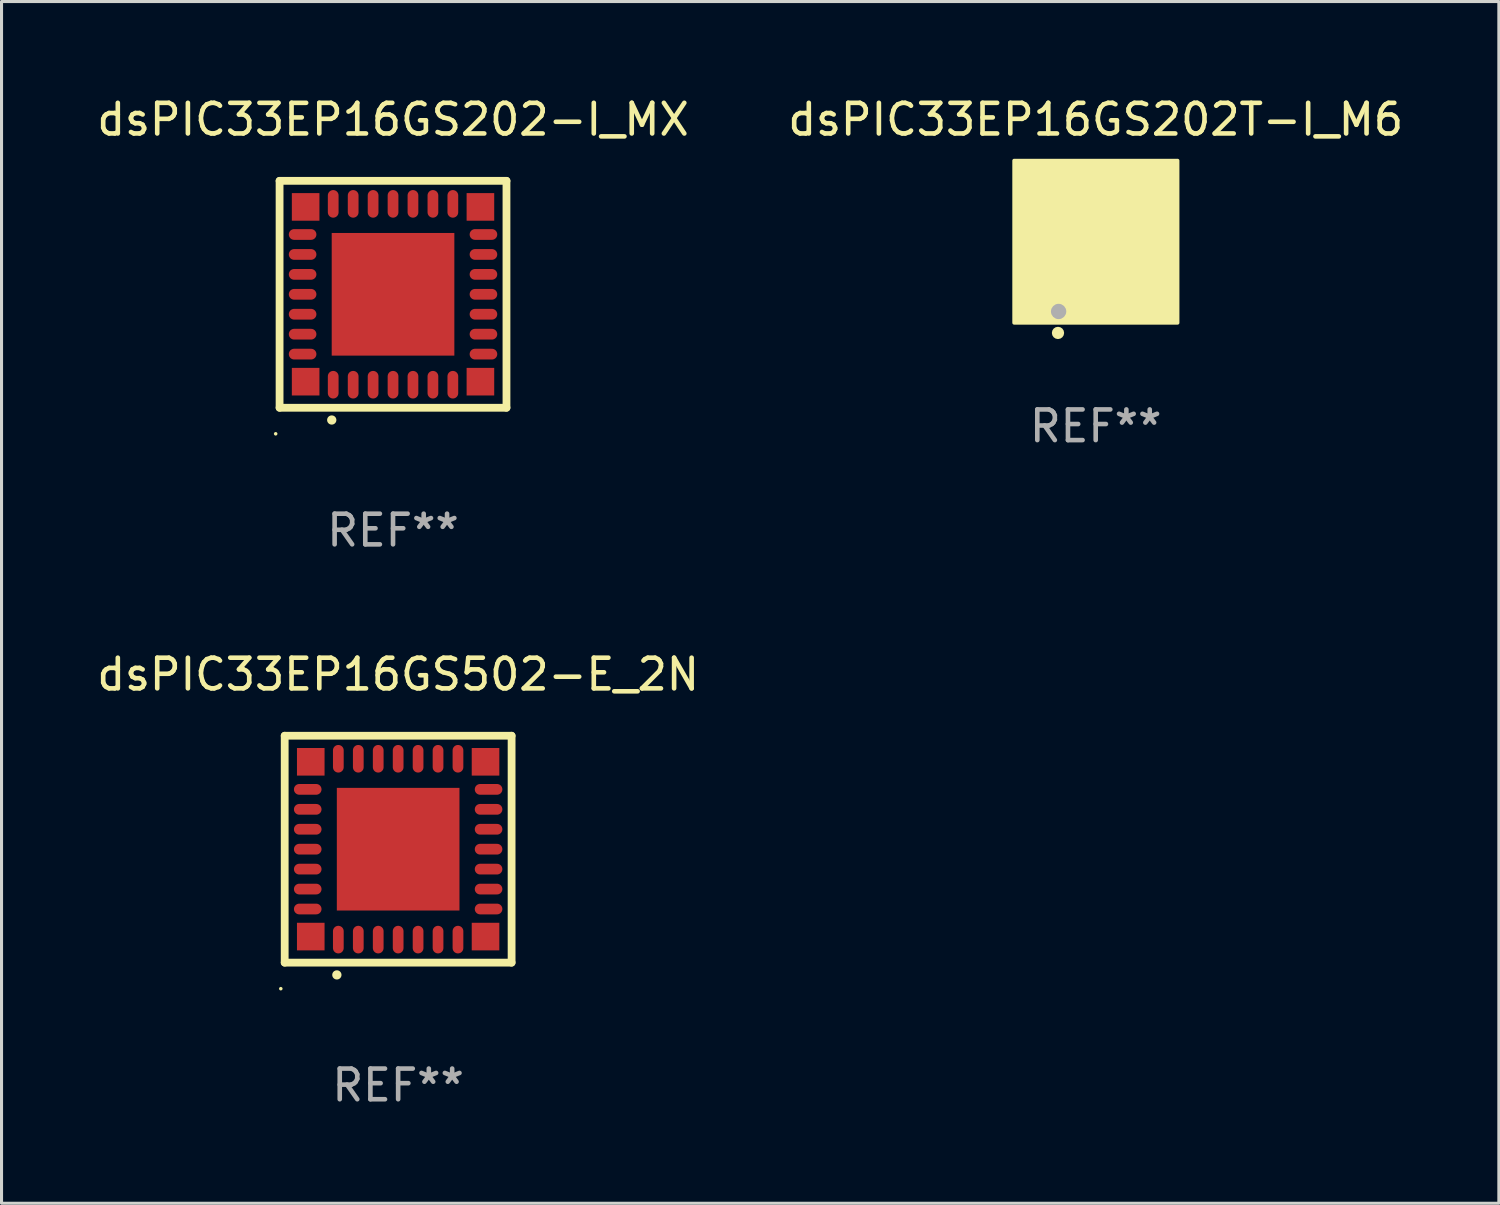
<source format=kicad_pcb>
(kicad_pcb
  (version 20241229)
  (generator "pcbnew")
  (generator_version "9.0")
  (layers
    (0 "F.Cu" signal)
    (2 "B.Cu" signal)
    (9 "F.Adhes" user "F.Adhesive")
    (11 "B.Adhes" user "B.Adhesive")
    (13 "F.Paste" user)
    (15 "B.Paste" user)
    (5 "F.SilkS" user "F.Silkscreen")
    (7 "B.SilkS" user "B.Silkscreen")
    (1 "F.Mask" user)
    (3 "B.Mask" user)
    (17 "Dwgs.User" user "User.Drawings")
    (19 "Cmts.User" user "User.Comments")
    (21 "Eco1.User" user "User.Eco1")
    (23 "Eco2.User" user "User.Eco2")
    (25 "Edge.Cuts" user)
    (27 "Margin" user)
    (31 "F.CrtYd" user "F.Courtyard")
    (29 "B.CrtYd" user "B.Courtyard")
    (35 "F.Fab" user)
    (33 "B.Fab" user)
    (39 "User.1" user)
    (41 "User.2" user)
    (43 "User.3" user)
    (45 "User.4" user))
  (footprint "dsPIC33EP16GS502-E_2N"
    (layer "F.Cu")
    (at 9.935 24.645)
    (property "Reference" "dsPIC33EP16GS502-E_2N" (at 0 -5.7 0) (layer "F.SilkS") (effects (font (size 1 1) (thickness 0.15))))
    (attr through_hole)
    (fp_line (start -3.7 -3.7) (end 3.7 -3.7) (stroke (width 0.254) (type solid)) (layer "F.SilkS"))
    (fp_line (start -3.7 3.7) (end -3.7 -3.7) (stroke (width 0.254) (type solid)) (layer "F.SilkS"))
    (fp_line (start 3.7 -3.7) (end 3.7 3.7) (stroke (width 0.254) (type solid)) (layer "F.SilkS"))
    (fp_line (start 3.7 3.7) (end -3.7 3.7) (stroke (width 0.254) (type solid)) (layer "F.SilkS"))
    (fp_arc (start -2 4.1) (mid -1.99873 4.099995) (end -1.99746 4.1) (stroke (width 0.3) (type solid)) (layer "F.SilkS"))
    (fp_circle (center -3.827 4.55) (end -3.797 4.55) (stroke (width 0.06) (type solid)) (fill no) (layer "F.SilkS"))
    (fp_text user "REF**" (at 0 7.7 0) (layer "F.Fab") (effects (font (size 1 1) (thickness 0.15))))
    (pad "1" smd oval (at -1.951 2.949 180) (size 0.35 0.9) (layers "F.Cu" "F.Mask" "F.Paste"))
    (pad "2" smd oval (at -1.3 2.949 180) (size 0.35 0.9) (layers "F.Cu" "F.Mask" "F.Paste"))
    (pad "3" smd oval (at -0.65 2.949 180) (size 0.35 0.9) (layers "F.Cu" "F.Mask" "F.Paste"))
    (pad "4" smd oval (at 0.000051 2.949 180) (size 0.35 0.9) (layers "F.Cu" "F.Mask" "F.Paste"))
    (pad "5" smd oval (at 0.65 2.949 180) (size 0.35 0.9) (layers "F.Cu" "F.Mask" "F.Paste"))
    (pad "6" smd oval (at 1.301 2.949 180) (size 0.35 0.9) (layers "F.Cu" "F.Mask" "F.Paste"))
    (pad "7" smd oval (at 1.951 2.949 180) (size 0.35 0.9) (layers "F.Cu" "F.Mask" "F.Paste"))
    (pad "8" smd oval (at 2.949 1.951 90) (size 0.35 0.9) (layers "F.Cu" "F.Mask" "F.Paste"))
    (pad "9" smd oval (at 2.949 1.301 90) (size 0.35 0.9) (layers "F.Cu" "F.Mask" "F.Paste"))
    (pad "10" smd oval (at 2.949 0.65 90) (size 0.35 0.9) (layers "F.Cu" "F.Mask" "F.Paste"))
    (pad "11" smd oval (at 2.949 0.000051 90) (size 0.35 0.9) (layers "F.Cu" "F.Mask" "F.Paste"))
    (pad "12" smd oval (at 2.949 -0.65 90) (size 0.35 0.9) (layers "F.Cu" "F.Mask" "F.Paste"))
    (pad "13" smd oval (at 2.949 -1.3 90) (size 0.35 0.9) (layers "F.Cu" "F.Mask" "F.Paste"))
    (pad "14" smd oval (at 2.949 -1.951 90) (size 0.35 0.9) (layers "F.Cu" "F.Mask" "F.Paste"))
    (pad "15" smd oval (at 1.951 -2.949 180) (size 0.35 0.9) (layers "F.Cu" "F.Mask" "F.Paste"))
    (pad "16" smd oval (at 1.301 -2.949 180) (size 0.35 0.9) (layers "F.Cu" "F.Mask" "F.Paste"))
    (pad "17" smd oval (at 0.65 -2.949 180) (size 0.35 0.9) (layers "F.Cu" "F.Mask" "F.Paste"))
    (pad "18" smd oval (at 0.000051 -2.949 180) (size 0.35 0.9) (layers "F.Cu" "F.Mask" "F.Paste"))
    (pad "19" smd oval (at -0.65 -2.949 180) (size 0.35 0.9) (layers "F.Cu" "F.Mask" "F.Paste"))
    (pad "20" smd oval (at -1.3 -2.949 180) (size 0.35 0.9) (layers "F.Cu" "F.Mask" "F.Paste"))
    (pad "21" smd oval (at -1.951 -2.949 180) (size 0.35 0.9) (layers "F.Cu" "F.Mask" "F.Paste"))
    (pad "22" smd oval (at -2.949 -1.951 90) (size 0.35 0.9) (layers "F.Cu" "F.Mask" "F.Paste"))
    (pad "23" smd oval (at -2.949 -1.3 90) (size 0.35 0.9) (layers "F.Cu" "F.Mask" "F.Paste"))
    (pad "24" smd oval (at -2.949 -0.65 90) (size 0.35 0.9) (layers "F.Cu" "F.Mask" "F.Paste"))
    (pad "25" smd oval (at -2.949 0.000051 90) (size 0.35 0.9) (layers "F.Cu" "F.Mask" "F.Paste"))
    (pad "26" smd oval (at -2.949 0.65 90) (size 0.35 0.9) (layers "F.Cu" "F.Mask" "F.Paste"))
    (pad "27" smd oval (at -2.949 1.301 90) (size 0.35 0.9) (layers "F.Cu" "F.Mask" "F.Paste"))
    (pad "28" smd oval (at -2.949 1.951 90) (size 0.35 0.9) (layers "F.Cu" "F.Mask" "F.Paste"))
    (pad "29" smd rect (at -2.85 -2.85 90) (size 0.9 0.9) (layers "F.Cu" "F.Mask" "F.Paste"))
    (pad "29" smd rect (at -2.85 2.85 90) (size 0.9 0.9) (layers "F.Cu" "F.Mask" "F.Paste"))
    (pad "29" smd rect (at 0.000051 0.000051 90) (size 4 4) (layers "F.Cu" "F.Mask" "F.Paste"))
    (pad "29" smd rect (at 2.85 -2.85 90) (size 0.9 0.9) (layers "F.Cu" "F.Mask" "F.Paste"))
    (pad "29" smd rect (at 2.85 2.85 90) (size 0.9 0.9) (layers "F.Cu" "F.Mask" "F.Paste")))
  (footprint "dsPIC33EP16GS202T-I_M6"
    (layer "F.Cu")
    (at 32.685 4.848)
    (property "Reference" "dsPIC33EP16GS202T-I_M6" (at 0 -4 0) (layer "F.SilkS") (effects (font (size 1 1) (thickness 0.15))))
    (attr through_hole)
    (fp_circle (center -2 2) (end -1.97 2) (stroke (width 0.06) (type solid)) (fill no) (layer "F.SilkS"))
    (fp_circle (center -1.23 2.96) (end -1.13 2.96) (stroke (width 0.2) (type solid)) (fill no) (layer "F.SilkS"))
    (fp_poly (pts (xy -2.66 -2.66) (xy 2.67 -2.66) (xy 2.67 2.63) (xy -2.66 2.63)) (stroke (width 0.12) (type solid)) (fill yes) (layer "F.SilkS"))
    (fp_circle (center -1.21 2.26) (end -1.085 2.26) (stroke (width 0.25) (type solid)) (fill no) (layer "F.Fab"))
    (fp_text user "REF**" (at 0 6 0) (layer "F.Fab") (effects (font (size 1 1) (thickness 0.15))))
    (pad "1" smd rect (at -1.2 2 180) (size 0.2 0.85) (layers "F.Cu" "F.Mask" "F.Paste"))
    (pad "2" smd rect (at -0.8 2 180) (size 0.2 0.85) (layers "F.Cu" "F.Mask" "F.Paste"))
    (pad "3" smd rect (at -0.4 2 180) (size 0.2 0.85) (layers "F.Cu" "F.Mask" "F.Paste"))
    (pad "4" smd rect (at -0.000025 2 180) (size 0.2 0.85) (layers "F.Cu" "F.Mask" "F.Paste"))
    (pad "5" smd rect (at 0.4 2 180) (size 0.2 0.85) (layers "F.Cu" "F.Mask" "F.Paste"))
    (pad "6" smd rect (at 0.8 2 180) (size 0.2 0.85) (layers "F.Cu" "F.Mask" "F.Paste"))
    (pad "7" smd rect (at 1.2 2 180) (size 0.2 0.85) (layers "F.Cu" "F.Mask" "F.Paste"))
    (pad "8" smd rect (at 2 1.2 270) (size 0.2 0.85) (layers "F.Cu" "F.Mask" "F.Paste"))
    (pad "9" smd rect (at 2 0.8 270) (size 0.2 0.85) (layers "F.Cu" "F.Mask" "F.Paste"))
    (pad "10" smd rect (at 2 0.4 270) (size 0.2 0.85) (layers "F.Cu" "F.Mask" "F.Paste"))
    (pad "11" smd rect (at 2 -0.000025 270) (size 0.2 0.85) (layers "F.Cu" "F.Mask" "F.Paste"))
    (pad "12" smd rect (at 2 -0.4 270) (size 0.2 0.85) (layers "F.Cu" "F.Mask" "F.Paste"))
    (pad "13" smd rect (at 2 -0.8 270) (size 0.2 0.85) (layers "F.Cu" "F.Mask" "F.Paste"))
    (pad "14" smd rect (at 2 -1.2 270) (size 0.2 0.85) (layers "F.Cu" "F.Mask" "F.Paste"))
    (pad "15" smd rect (at 1.2 -2) (size 0.2 0.85) (layers "F.Cu" "F.Mask" "F.Paste"))
    (pad "16" smd rect (at 0.8 -2) (size 0.2 0.85) (layers "F.Cu" "F.Mask" "F.Paste"))
    (pad "17" smd rect (at 0.4 -2) (size 0.2 0.85) (layers "F.Cu" "F.Mask" "F.Paste"))
    (pad "18" smd rect (at -0.000051 -2) (size 0.2 0.85) (layers "F.Cu" "F.Mask" "F.Paste"))
    (pad "19" smd rect (at -0.4 -2) (size 0.2 0.85) (layers "F.Cu" "F.Mask" "F.Paste"))
    (pad "20" smd rect (at -0.8 -2) (size 0.2 0.85) (layers "F.Cu" "F.Mask" "F.Paste"))
    (pad "21" smd rect (at -1.2 -2) (size 0.2 0.85) (layers "F.Cu" "F.Mask" "F.Paste"))
    (pad "22" smd rect (at -2 -1.2 90) (size 0.2 0.85) (layers "F.Cu" "F.Mask" "F.Paste"))
    (pad "23" smd rect (at -2 -0.8 90) (size 0.2 0.85) (layers "F.Cu" "F.Mask" "F.Paste"))
    (pad "24" smd rect (at -2 -0.4 90) (size 0.2 0.85) (layers "F.Cu" "F.Mask" "F.Paste"))
    (pad "25" smd rect (at -2 -0.000025 90) (size 0.2 0.85) (layers "F.Cu" "F.Mask" "F.Paste"))
    (pad "26" smd rect (at -2 0.4 90) (size 0.2 0.85) (layers "F.Cu" "F.Mask" "F.Paste"))
    (pad "27" smd rect (at -2 0.8 90) (size 0.2 0.85) (layers "F.Cu" "F.Mask" "F.Paste"))
    (pad "28" smd rect (at -2 1.2 90) (size 0.2 0.85) (layers "F.Cu" "F.Mask" "F.Paste"))
    (pad "29" smd rect (at -1.95 -1.95 90) (size 0.78 0.78) (layers "F.Cu" "F.Mask" "F.Paste"))
    (pad "29" smd rect (at -1.95 1.95 90) (size 0.78 0.78) (layers "F.Cu" "F.Mask" "F.Paste"))
    (pad "29" smd rect (at 0.000254 0 90) (size 2 2) (layers "F.Cu" "F.Mask" "F.Paste"))
    (pad "29" smd rect (at 1.95 -1.95 90) (size 0.78 0.78) (layers "F.Cu" "F.Mask" "F.Paste"))
    (pad "29" smd rect (at 1.95 1.95 90) (size 0.78 0.78) (layers "F.Cu" "F.Mask" "F.Paste")))
  (footprint "dsPIC33EP16GS202-I_MX"
    (layer "F.Cu")
    (at 9.768 6.548)
    (property "Reference" "dsPIC33EP16GS202-I_MX" (at 0 -5.7 0) (layer "F.SilkS") (effects (font (size 1 1) (thickness 0.15))))
    (attr through_hole)
    (fp_line (start -3.7 -3.7) (end 3.7 -3.7) (stroke (width 0.254) (type solid)) (layer "F.SilkS"))
    (fp_line (start -3.7 3.7) (end -3.7 -3.7) (stroke (width 0.254) (type solid)) (layer "F.SilkS"))
    (fp_line (start 3.7 -3.7) (end 3.7 3.7) (stroke (width 0.254) (type solid)) (layer "F.SilkS"))
    (fp_line (start 3.7 3.7) (end -3.7 3.7) (stroke (width 0.254) (type solid)) (layer "F.SilkS"))
    (fp_arc (start -2 4.1) (mid -1.99873 4.099995) (end -1.99746 4.1) (stroke (width 0.3) (type solid)) (layer "F.SilkS"))
    (fp_circle (center -3.827 4.55) (end -3.797 4.55) (stroke (width 0.06) (type solid)) (fill no) (layer "F.SilkS"))
    (fp_text user "REF**" (at 0 7.7 0) (layer "F.Fab") (effects (font (size 1 1) (thickness 0.15))))
    (pad "1" smd oval (at -1.951 2.949 180) (size 0.35 0.9) (layers "F.Cu" "F.Mask" "F.Paste"))
    (pad "2" smd oval (at -1.3 2.949 180) (size 0.35 0.9) (layers "F.Cu" "F.Mask" "F.Paste"))
    (pad "3" smd oval (at -0.65 2.949 180) (size 0.35 0.9) (layers "F.Cu" "F.Mask" "F.Paste"))
    (pad "4" smd oval (at 0.000051 2.949 180) (size 0.35 0.9) (layers "F.Cu" "F.Mask" "F.Paste"))
    (pad "5" smd oval (at 0.65 2.949 180) (size 0.35 0.9) (layers "F.Cu" "F.Mask" "F.Paste"))
    (pad "6" smd oval (at 1.301 2.949 180) (size 0.35 0.9) (layers "F.Cu" "F.Mask" "F.Paste"))
    (pad "7" smd oval (at 1.951 2.949 180) (size 0.35 0.9) (layers "F.Cu" "F.Mask" "F.Paste"))
    (pad "8" smd oval (at 2.949 1.951 90) (size 0.35 0.9) (layers "F.Cu" "F.Mask" "F.Paste"))
    (pad "9" smd oval (at 2.949 1.301 90) (size 0.35 0.9) (layers "F.Cu" "F.Mask" "F.Paste"))
    (pad "10" smd oval (at 2.949 0.65 90) (size 0.35 0.9) (layers "F.Cu" "F.Mask" "F.Paste"))
    (pad "11" smd oval (at 2.949 0.000051 90) (size 0.35 0.9) (layers "F.Cu" "F.Mask" "F.Paste"))
    (pad "12" smd oval (at 2.949 -0.65 90) (size 0.35 0.9) (layers "F.Cu" "F.Mask" "F.Paste"))
    (pad "13" smd oval (at 2.949 -1.3 90) (size 0.35 0.9) (layers "F.Cu" "F.Mask" "F.Paste"))
    (pad "14" smd oval (at 2.949 -1.951 90) (size 0.35 0.9) (layers "F.Cu" "F.Mask" "F.Paste"))
    (pad "15" smd oval (at 1.951 -2.949 180) (size 0.35 0.9) (layers "F.Cu" "F.Mask" "F.Paste"))
    (pad "16" smd oval (at 1.301 -2.949 180) (size 0.35 0.9) (layers "F.Cu" "F.Mask" "F.Paste"))
    (pad "17" smd oval (at 0.65 -2.949 180) (size 0.35 0.9) (layers "F.Cu" "F.Mask" "F.Paste"))
    (pad "18" smd oval (at 0.000051 -2.949 180) (size 0.35 0.9) (layers "F.Cu" "F.Mask" "F.Paste"))
    (pad "19" smd oval (at -0.65 -2.949 180) (size 0.35 0.9) (layers "F.Cu" "F.Mask" "F.Paste"))
    (pad "20" smd oval (at -1.3 -2.949 180) (size 0.35 0.9) (layers "F.Cu" "F.Mask" "F.Paste"))
    (pad "21" smd oval (at -1.951 -2.949 180) (size 0.35 0.9) (layers "F.Cu" "F.Mask" "F.Paste"))
    (pad "22" smd oval (at -2.949 -1.951 90) (size 0.35 0.9) (layers "F.Cu" "F.Mask" "F.Paste"))
    (pad "23" smd oval (at -2.949 -1.3 90) (size 0.35 0.9) (layers "F.Cu" "F.Mask" "F.Paste"))
    (pad "24" smd oval (at -2.949 -0.65 90) (size 0.35 0.9) (layers "F.Cu" "F.Mask" "F.Paste"))
    (pad "25" smd oval (at -2.949 0.000051 90) (size 0.35 0.9) (layers "F.Cu" "F.Mask" "F.Paste"))
    (pad "26" smd oval (at -2.949 0.65 90) (size 0.35 0.9) (layers "F.Cu" "F.Mask" "F.Paste"))
    (pad "27" smd oval (at -2.949 1.301 90) (size 0.35 0.9) (layers "F.Cu" "F.Mask" "F.Paste"))
    (pad "28" smd oval (at -2.949 1.951 90) (size 0.35 0.9) (layers "F.Cu" "F.Mask" "F.Paste"))
    (pad "29" smd rect (at -2.85 -2.85 90) (size 0.9 0.9) (layers "F.Cu" "F.Mask" "F.Paste"))
    (pad "29" smd rect (at -2.85 2.85 90) (size 0.9 0.9) (layers "F.Cu" "F.Mask" "F.Paste"))
    (pad "29" smd rect (at 0.000051 0.000051 90) (size 4 4) (layers "F.Cu" "F.Mask" "F.Paste"))
    (pad "29" smd rect (at 2.85 -2.85 90) (size 0.9 0.9) (layers "F.Cu" "F.Mask" "F.Paste"))
    (pad "29" smd rect (at 2.85 2.85 90) (size 0.9 0.9) (layers "F.Cu" "F.Mask" "F.Paste")))
  (gr_rect
    (start -3 -3)
    (end 45.833 36.193)
    (stroke (width 0.1) (type default))
    (fill no)
    (layer "Edge.Cuts")))
</source>
